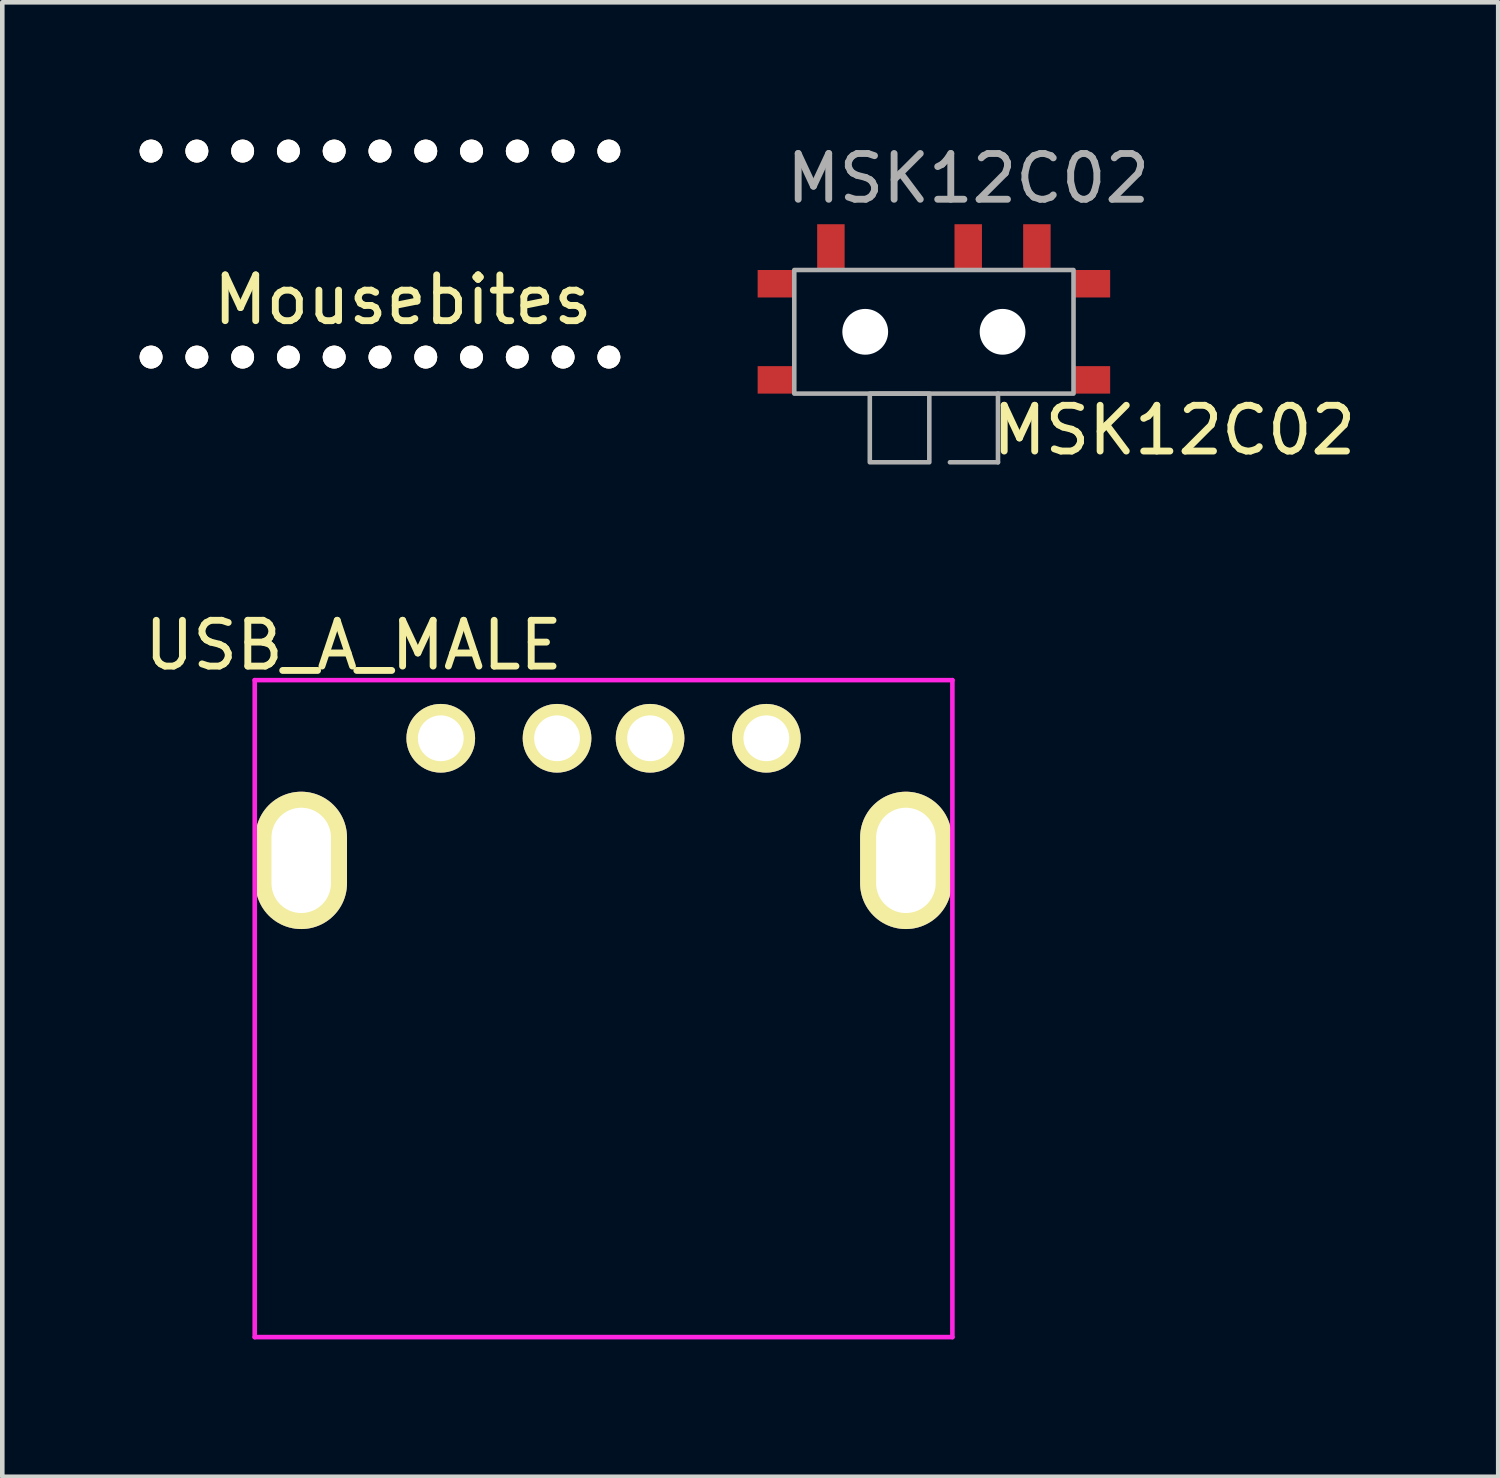
<source format=kicad_pcb>
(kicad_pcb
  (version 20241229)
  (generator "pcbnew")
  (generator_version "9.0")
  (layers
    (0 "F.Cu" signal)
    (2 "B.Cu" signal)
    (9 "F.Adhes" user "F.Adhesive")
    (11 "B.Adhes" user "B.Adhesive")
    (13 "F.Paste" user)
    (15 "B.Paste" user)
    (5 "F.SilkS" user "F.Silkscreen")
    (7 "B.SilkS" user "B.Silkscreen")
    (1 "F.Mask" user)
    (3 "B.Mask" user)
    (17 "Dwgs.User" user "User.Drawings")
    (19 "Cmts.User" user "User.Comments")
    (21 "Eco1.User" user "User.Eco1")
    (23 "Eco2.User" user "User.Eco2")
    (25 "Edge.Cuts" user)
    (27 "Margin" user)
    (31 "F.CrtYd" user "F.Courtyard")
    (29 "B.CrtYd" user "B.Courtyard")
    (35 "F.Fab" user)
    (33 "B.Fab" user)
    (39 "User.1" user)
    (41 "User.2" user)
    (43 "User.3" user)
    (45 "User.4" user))
  (footprint "MSK12C02"
    (layer "F.Cu")
    (at 18.1 2.348)
    (property "Reference" "MSK12C02" (at 4.5 4 0) (unlocked yes) (layer "F.SilkS") (effects (font (size 1 1) (thickness 0.15))))
    (attr smd)
    (fp_line (start 0.65 3.2) (end 0.65 4.7) (stroke (width 0.1) (type solid)) (layer "F.Fab"))
    (fp_line (start 0.65 4.7) (end -0.4 4.7) (stroke (width 0.1) (type solid)) (layer "F.Fab"))
    (fp_rect (start -3.8 0.5) (end 2.3 3.2) (stroke (width 0.1) (type solid)) (fill no) (layer "F.Fab"))
    (fp_rect (start -2.15 3.2) (end -0.85 4.7) (stroke (width 0.1) (type solid)) (fill no) (layer "F.Fab"))
    (fp_text user "${REFERENCE}" (at 0 -1.5 0) (unlocked yes) (layer "F.Fab") (effects (font (size 1 1) (thickness 0.15))))
    (pad "" smd rect (at -4.2 0.8) (size 0.8 0.6) (layers "F.Cu" "F.Mask" "F.Paste"))
    (pad "" smd rect (at -4.2 2.9) (size 0.8 0.6) (layers "F.Cu" "F.Mask" "F.Paste"))
    (pad "" np_thru_hole circle (at -2.25 1.85) (size 1 1) (drill 1) (layers "*.Cu" "*.Mask"))
    (pad "" np_thru_hole circle (at 0.75 1.85) (size 1 1) (drill 1) (layers "*.Cu" "*.Mask"))
    (pad "" smd rect (at 2.7 0.8) (size 0.8 0.6) (layers "F.Cu" "F.Mask" "F.Paste"))
    (pad "" smd rect (at 2.7 2.9) (size 0.8 0.6) (layers "F.Cu" "F.Mask" "F.Paste"))
    (pad "1" smd rect (at 1.5 0) (size 0.6 1) (layers "F.Cu" "F.Mask" "F.Paste"))
    (pad "2" smd rect (at 0 0) (size 0.6 1) (layers "F.Cu" "F.Mask" "F.Paste"))
    (pad "3" smd rect (at -3 0) (size 0.6 1) (layers "F.Cu" "F.Mask" "F.Paste")))
  (footprint "Mousebites"
    (layer "F.Cu")
    (at 0.25 4.75)
    (property "Reference" "Mousebites" (at 5.5 -1.25 0) (layer "F.SilkS") (effects (font (size 1 1) (thickness 0.15))))
    (attr through_hole)
    (pad "" thru_hole circle (at 0 -4.5) (size 0.5 0.5) (drill 0.5) (layers "*.Cu" "*.Mask" "F.SilkS"))
    (pad "" thru_hole circle (at 0 0) (size 0.5 0.5) (drill 0.5) (layers "*.Cu" "*.Mask" "F.SilkS"))
    (pad "" thru_hole circle (at 1 -4.5) (size 0.5 0.5) (drill 0.5) (layers "*.Cu" "*.Mask" "F.SilkS"))
    (pad "" thru_hole circle (at 1 0) (size 0.5 0.5) (drill 0.5) (layers "*.Cu" "*.Mask" "F.SilkS"))
    (pad "" thru_hole circle (at 2 -4.5) (size 0.5 0.5) (drill 0.5) (layers "*.Cu" "*.Mask" "F.SilkS"))
    (pad "" thru_hole circle (at 2 0) (size 0.5 0.5) (drill 0.5) (layers "*.Cu" "*.Mask" "F.SilkS"))
    (pad "" thru_hole circle (at 3 -4.5) (size 0.5 0.5) (drill 0.5) (layers "*.Cu" "*.Mask" "F.SilkS"))
    (pad "" thru_hole circle (at 3 0) (size 0.5 0.5) (drill 0.5) (layers "*.Cu" "*.Mask" "F.SilkS"))
    (pad "" thru_hole circle (at 4 -4.5) (size 0.5 0.5) (drill 0.5) (layers "*.Cu" "*.Mask" "F.SilkS"))
    (pad "" thru_hole circle (at 4 0) (size 0.5 0.5) (drill 0.5) (layers "*.Cu" "*.Mask" "F.SilkS"))
    (pad "" thru_hole circle (at 5 -4.5) (size 0.5 0.5) (drill 0.5) (layers "*.Cu" "*.Mask" "F.SilkS"))
    (pad "" thru_hole circle (at 5 0) (size 0.5 0.5) (drill 0.5) (layers "*.Cu" "*.Mask" "F.SilkS"))
    (pad "" thru_hole circle (at 6 -4.5) (size 0.5 0.5) (drill 0.5) (layers "*.Cu" "*.Mask" "F.SilkS"))
    (pad "" thru_hole circle (at 6 0) (size 0.5 0.5) (drill 0.5) (layers "*.Cu" "*.Mask" "F.SilkS"))
    (pad "" thru_hole circle (at 7 -4.5) (size 0.5 0.5) (drill 0.5) (layers "*.Cu" "*.Mask" "F.SilkS"))
    (pad "" thru_hole circle (at 7 0) (size 0.5 0.5) (drill 0.5) (layers "*.Cu" "*.Mask" "F.SilkS"))
    (pad "" thru_hole circle (at 8 -4.5) (size 0.5 0.5) (drill 0.5) (layers "*.Cu" "*.Mask" "F.SilkS"))
    (pad "" thru_hole circle (at 8 0) (size 0.5 0.5) (drill 0.5) (layers "*.Cu" "*.Mask" "F.SilkS"))
    (pad "" thru_hole circle (at 9 -4.5) (size 0.5 0.5) (drill 0.5) (layers "*.Cu" "*.Mask" "F.SilkS"))
    (pad "" thru_hole circle (at 9 0) (size 0.5 0.5) (drill 0.5) (layers "*.Cu" "*.Mask" "F.SilkS"))
    (pad "" thru_hole circle (at 10 -4.5) (size 0.5 0.5) (drill 0.5) (layers "*.Cu" "*.Mask" "F.SilkS"))
    (pad "" thru_hole circle (at 10 0) (size 0.5 0.5) (drill 0.5) (layers "*.Cu" "*.Mask" "F.SilkS")))
  (footprint "USB_A_MALE"
    (layer "F.Cu")
    (at 6.578 13.077)
    (property "Reference" "USB_A_MALE" (at -1.905 -2.032 0) (layer "F.SilkS") (effects (font (size 1 1) (thickness 0.15))))
    (attr through_hole)
    (fp_line (start -4.064 -1.27) (end -4.064 13.081) (stroke (width 0.1) (type solid)) (layer "F.CrtYd"))
    (fp_line (start -4.064 13.081) (end 11.176 13.081) (stroke (width 0.1) (type solid)) (layer "F.CrtYd"))
    (fp_line (start 11.176 -1.27) (end -4.064 -1.27) (stroke (width 0.1) (type solid)) (layer "F.CrtYd"))
    (fp_line (start 11.176 13.081) (end 11.176 -1.27) (stroke (width 0.1) (type solid)) (layer "F.CrtYd"))
    (pad "1" thru_hole circle (at 0 0 270) (size 1.5 1.5) (drill 1) (layers "*.Cu" "*.Mask" "F.SilkS"))
    (pad "2" thru_hole circle (at 2.54 0 270) (size 1.5 1.5) (drill 1) (layers "*.Cu" "*.Mask" "F.SilkS"))
    (pad "3" thru_hole circle (at 4.572 0 270) (size 1.5 1.5) (drill 1) (layers "*.Cu" "*.Mask" "F.SilkS"))
    (pad "4" thru_hole circle (at 7.112 0 270) (size 1.5 1.5) (drill 1) (layers "*.Cu" "*.Mask" "F.SilkS"))
    (pad "5" thru_hole oval (at -3.048 2.667 270) (size 3 2) (drill oval 2.3 1.3) (layers "*.Cu" "*.Mask" "F.SilkS"))
    (pad "5" thru_hole oval (at 10.16 2.667 270) (size 3 2) (drill oval 2.3 1.3) (layers "*.Cu" "*.Mask" "F.SilkS")))
  (gr_rect
    (start -3 -3)
    (end 29.677 29.208)
    (stroke (width 0.1) (type default))
    (fill no)
    (layer "Edge.Cuts")))
</source>
